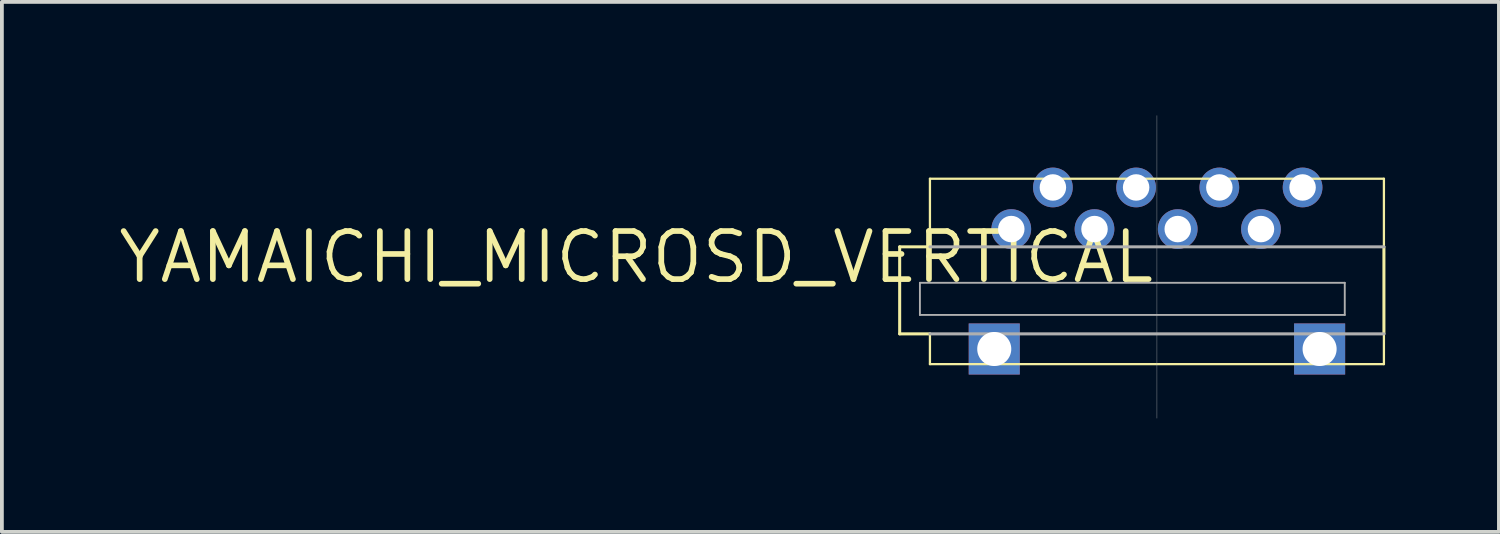
<source format=kicad_pcb>
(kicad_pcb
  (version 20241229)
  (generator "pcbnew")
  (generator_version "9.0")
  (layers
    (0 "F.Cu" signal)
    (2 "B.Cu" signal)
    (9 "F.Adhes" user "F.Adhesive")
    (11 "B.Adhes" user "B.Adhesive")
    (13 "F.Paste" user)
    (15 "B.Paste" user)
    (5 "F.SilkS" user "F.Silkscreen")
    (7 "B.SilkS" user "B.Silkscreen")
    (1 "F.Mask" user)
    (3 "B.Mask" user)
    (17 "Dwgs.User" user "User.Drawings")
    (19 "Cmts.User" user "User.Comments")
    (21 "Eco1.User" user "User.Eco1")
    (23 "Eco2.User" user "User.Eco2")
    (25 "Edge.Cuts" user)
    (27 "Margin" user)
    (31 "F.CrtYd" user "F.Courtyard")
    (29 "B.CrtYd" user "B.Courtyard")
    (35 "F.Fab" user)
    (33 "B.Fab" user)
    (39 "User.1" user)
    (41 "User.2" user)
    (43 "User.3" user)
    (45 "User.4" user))
  (footprint "YAMAICHI_MICROSD_VERTICAL"
    (layer "F.Cu")
    (at 27.531 3.005)
    (property "Reference" "YAMAICHI_MICROSD_VERTICAL" (at 0 0 0) (layer "F.SilkS") (effects (font (size 1.27 1.27) (thickness 0.15)) (justify right top)))
    (attr through_hole)
    (fp_line (start -6.8 0.47) (end -6 0.47) (stroke (width 0.08) (type solid)) (layer "F.SilkS"))
    (fp_line (start -6.8 2.77) (end -6.8 0.47) (stroke (width 0.08) (type solid)) (layer "F.SilkS"))
    (fp_line (start -6 -1.33) (end 6 -1.33) (stroke (width 0.06) (type solid)) (layer "F.SilkS"))
    (fp_line (start -6 0.47) (end -6 -1.33) (stroke (width 0.06) (type solid)) (layer "F.SilkS"))
    (fp_line (start -6 2.77) (end -6.8 2.77) (stroke (width 0.08) (type solid)) (layer "F.SilkS"))
    (fp_line (start -6 2.77) (end -6 3.57) (stroke (width 0.06) (type solid)) (layer "F.SilkS"))
    (fp_line (start -6 3.57) (end 6 3.57) (stroke (width 0.06) (type solid)) (layer "F.SilkS"))
    (fp_line (start 6 -1.33) (end 6 0.47) (stroke (width 0.06) (type solid)) (layer "F.SilkS"))
    (fp_line (start 6 0.47) (end 6 2.77) (stroke (width 0.08) (type solid)) (layer "F.SilkS"))
    (fp_line (start 6 3.57) (end 6 2.77) (stroke (width 0.06) (type solid)) (layer "F.SilkS"))
    (fp_line (start -6.265 1.42) (end 4.965 1.42) (stroke (width 0.05) (type solid)) (layer "F.Fab"))
    (fp_line (start -6.265 2.27) (end -6.265 1.42) (stroke (width 0.05) (type solid)) (layer "F.Fab"))
    (fp_line (start -6 0.47) (end 6 0.47) (stroke (width 0.08) (type solid)) (layer "F.Fab"))
    (fp_line (start 0 5) (end 0 -3) (stroke (width 0.01) (type solid)) (layer "F.Fab"))
    (fp_line (start 4.965 1.42) (end 4.965 2.27) (stroke (width 0.05) (type solid)) (layer "F.Fab"))
    (fp_line (start 4.965 2.27) (end -6.265 2.27) (stroke (width 0.05) (type solid)) (layer "F.Fab"))
    (fp_line (start 6 2.77) (end -6 2.77) (stroke (width 0.08) (type solid)) (layer "F.Fab"))
    (pad "1" thru_hole circle (at -3.85 0) (size 1.05 1.05) (drill 0.7) (layers "*.Cu" "*.Mask"))
    (pad "2" thru_hole circle (at -2.75 -1.1) (size 1.05 1.05) (drill 0.7) (layers "*.Cu" "*.Mask"))
    (pad "3" thru_hole circle (at -1.65 0) (size 1.05 1.05) (drill 0.7) (layers "*.Cu" "*.Mask"))
    (pad "4" thru_hole circle (at -0.55 -1.1) (size 1.05 1.05) (drill 0.7) (layers "*.Cu" "*.Mask"))
    (pad "5" thru_hole circle (at 0.55 0) (size 1.05 1.05) (drill 0.7) (layers "*.Cu" "*.Mask"))
    (pad "6" thru_hole circle (at 1.65 -1.1) (size 1.05 1.05) (drill 0.7) (layers "*.Cu" "*.Mask"))
    (pad "7" thru_hole circle (at 2.75 0) (size 1.05 1.05) (drill 0.7) (layers "*.Cu" "*.Mask"))
    (pad "8" thru_hole circle (at 3.85 -1.1) (size 1.05 1.05) (drill 0.7) (layers "*.Cu" "*.Mask"))
    (pad "9" thru_hole rect (at -4.3 3.17) (size 1.35 1.35) (drill 0.9) (layers "*.Cu" "*.Mask"))
    (pad "9" thru_hole rect (at 4.3 3.17) (size 1.35 1.35) (drill 0.9) (layers "*.Cu" "*.Mask")))
  (gr_rect
    (start -3 -3)
    (end 36.571 11.01)
    (stroke (width 0.1) (type default))
    (fill no)
    (layer "Edge.Cuts")))
</source>
